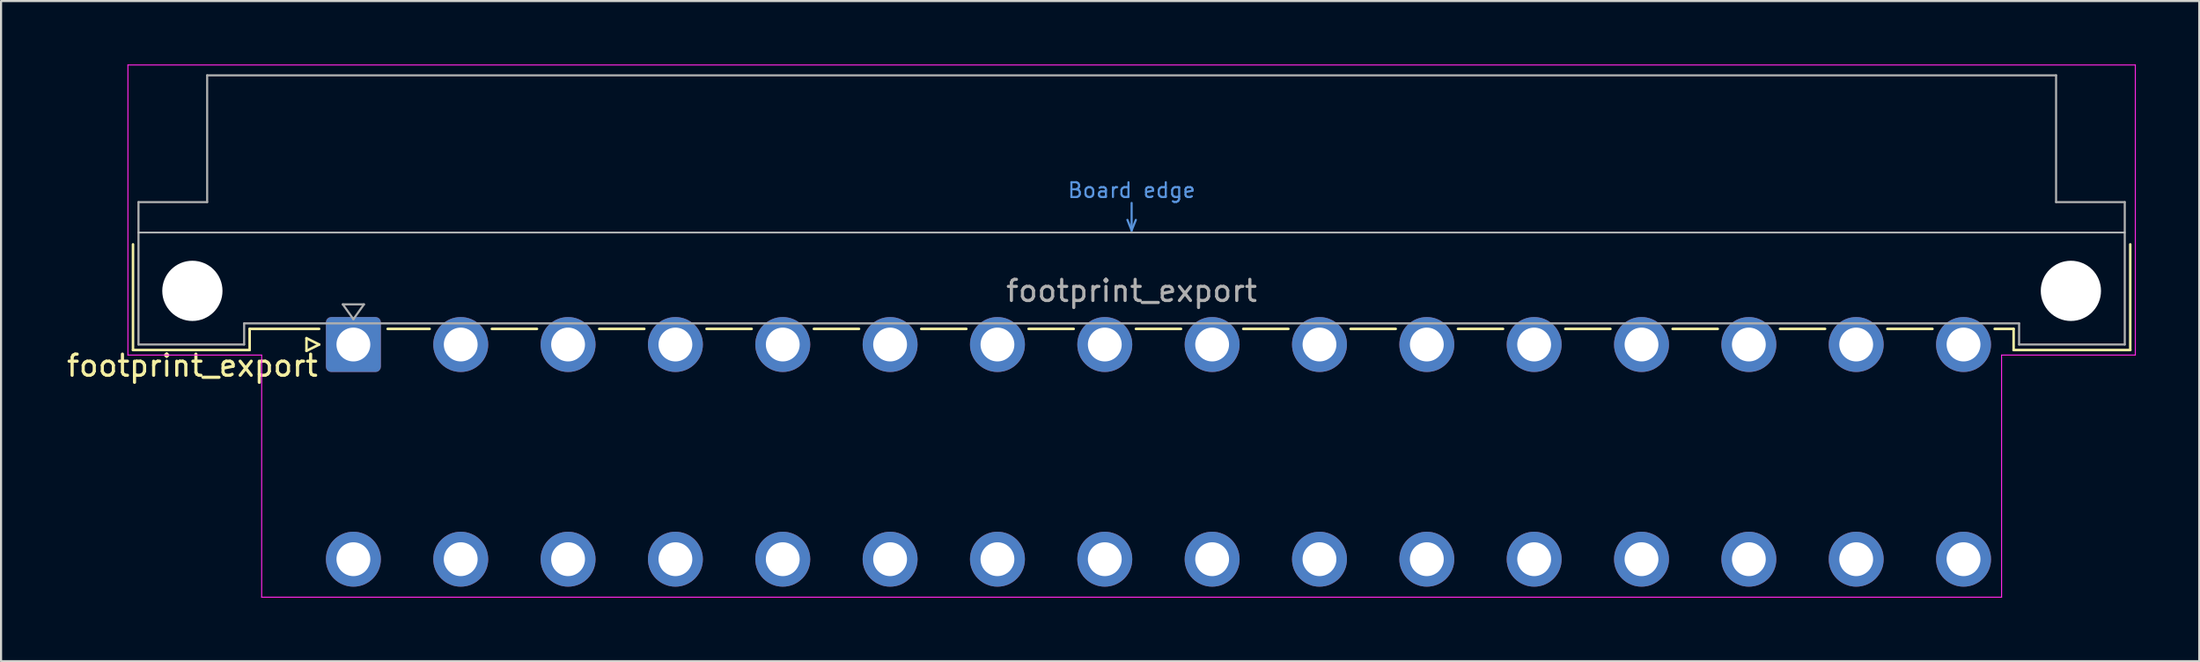
<source format=kicad_pcb>
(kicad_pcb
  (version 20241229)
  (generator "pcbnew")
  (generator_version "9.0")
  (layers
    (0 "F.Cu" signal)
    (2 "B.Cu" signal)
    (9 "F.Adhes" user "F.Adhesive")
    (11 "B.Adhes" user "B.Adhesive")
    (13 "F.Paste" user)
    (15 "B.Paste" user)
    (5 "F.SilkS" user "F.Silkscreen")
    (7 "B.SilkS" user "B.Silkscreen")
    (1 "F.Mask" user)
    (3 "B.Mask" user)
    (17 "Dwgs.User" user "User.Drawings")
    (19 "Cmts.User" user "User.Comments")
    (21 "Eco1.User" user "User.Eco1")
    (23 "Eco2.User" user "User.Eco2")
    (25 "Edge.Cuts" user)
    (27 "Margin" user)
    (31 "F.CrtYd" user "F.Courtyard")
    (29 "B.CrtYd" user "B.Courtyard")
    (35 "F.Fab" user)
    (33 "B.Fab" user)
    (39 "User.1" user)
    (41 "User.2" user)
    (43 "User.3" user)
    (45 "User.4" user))
  (footprint "footprint_export"
    (layer "F.Cu")
    (at 11.134 13.255)
    (property "Reference" "footprint_export" (at -5.08 1 0) (layer "F.SilkS") (effects (font (size 1 1) (thickness 0.15))))
    (attr through_hole)
    (fp_line (start -7.89 -4.74) (end -7.89 0.26) (stroke (width 0.12) (type solid)) (layer "F.SilkS"))
    (fp_line (start -7.89 0.26) (end -2.37 0.26) (stroke (width 0.12) (type solid)) (layer "F.SilkS"))
    (fp_line (start -2.371 -0.74) (end 0.92 -0.74) (stroke (width 0.12) (type solid)) (layer "F.SilkS"))
    (fp_line (start -2.37 0.26) (end -2.37 -0.74) (stroke (width 0.12) (type solid)) (layer "F.SilkS"))
    (fp_line (start 0.32 -0.3) (end 0.32 0.3) (stroke (width 0.12) (type solid)) (layer "F.SilkS"))
    (fp_line (start 0.32 0.3) (end 0.92 0) (stroke (width 0.12) (type solid)) (layer "F.SilkS"))
    (fp_line (start 0.92 0) (end 0.32 -0.3) (stroke (width 0.12) (type solid)) (layer "F.SilkS"))
    (fp_line (start 4.16 -0.74) (end 6.149 -0.74) (stroke (width 0.12) (type solid)) (layer "F.SilkS"))
    (fp_line (start 9.092 -0.74) (end 11.229 -0.74) (stroke (width 0.12) (type solid)) (layer "F.SilkS"))
    (fp_line (start 14.172 -0.74) (end 16.309 -0.74) (stroke (width 0.12) (type solid)) (layer "F.SilkS"))
    (fp_line (start 19.252 -0.74) (end 21.389 -0.74) (stroke (width 0.12) (type solid)) (layer "F.SilkS"))
    (fp_line (start 24.332 -0.74) (end 26.469 -0.74) (stroke (width 0.12) (type solid)) (layer "F.SilkS"))
    (fp_line (start 29.412 -0.74) (end 31.549 -0.74) (stroke (width 0.12) (type solid)) (layer "F.SilkS"))
    (fp_line (start 34.492 -0.74) (end 36.629 -0.74) (stroke (width 0.12) (type solid)) (layer "F.SilkS"))
    (fp_line (start 39.572 -0.74) (end 41.709 -0.74) (stroke (width 0.12) (type solid)) (layer "F.SilkS"))
    (fp_line (start 44.652 -0.74) (end 46.789 -0.74) (stroke (width 0.12) (type solid)) (layer "F.SilkS"))
    (fp_line (start 49.732 -0.74) (end 51.869 -0.74) (stroke (width 0.12) (type solid)) (layer "F.SilkS"))
    (fp_line (start 54.812 -0.74) (end 56.949 -0.74) (stroke (width 0.12) (type solid)) (layer "F.SilkS"))
    (fp_line (start 59.892 -0.74) (end 62.029 -0.74) (stroke (width 0.12) (type solid)) (layer "F.SilkS"))
    (fp_line (start 64.972 -0.74) (end 67.109 -0.74) (stroke (width 0.12) (type solid)) (layer "F.SilkS"))
    (fp_line (start 70.052 -0.74) (end 72.189 -0.74) (stroke (width 0.12) (type solid)) (layer "F.SilkS"))
    (fp_line (start 75.132 -0.74) (end 77.269 -0.74) (stroke (width 0.12) (type solid)) (layer "F.SilkS"))
    (fp_line (start 80.212 -0.74) (end 81.11 -0.74) (stroke (width 0.12) (type solid)) (layer "F.SilkS"))
    (fp_line (start 81.11 0.26) (end 81.11 -0.74) (stroke (width 0.12) (type solid)) (layer "F.SilkS"))
    (fp_line (start 86.63 -4.74) (end 86.63 0.26) (stroke (width 0.12) (type solid)) (layer "F.SilkS"))
    (fp_line (start 86.63 0.26) (end 81.11 0.26) (stroke (width 0.12) (type solid)) (layer "F.SilkS"))
    (fp_line (start -7.63 -5.3) (end 86.37 -5.3) (stroke (width 0.08) (type solid)) (layer "Dwgs.User"))
    (fp_line (start 39.17 -5.9) (end 39.37 -5.4) (stroke (width 0.1) (type solid)) (layer "Cmts.User"))
    (fp_line (start 39.37 -5.4) (end 39.37 -6.7) (stroke (width 0.1) (type solid)) (layer "Cmts.User"))
    (fp_line (start 39.37 -5.4) (end 39.57 -5.9) (stroke (width 0.1) (type solid)) (layer "Cmts.User"))
    (fp_line (start -8.13 -13.23) (end -8.13 0.5) (stroke (width 0.05) (type solid)) (layer "F.CrtYd"))
    (fp_line (start -8.13 0.5) (end -1.8 0.5) (stroke (width 0.05) (type solid)) (layer "F.CrtYd"))
    (fp_line (start -1.8 0.5) (end -1.8 11.96) (stroke (width 0.05) (type solid)) (layer "F.CrtYd"))
    (fp_line (start -1.8 11.96) (end 80.54 11.96) (stroke (width 0.05) (type solid)) (layer "F.CrtYd"))
    (fp_line (start 80.54 0.5) (end 86.87 0.5) (stroke (width 0.05) (type solid)) (layer "F.CrtYd"))
    (fp_line (start 80.54 11.96) (end 80.54 0.5) (stroke (width 0.05) (type solid)) (layer "F.CrtYd"))
    (fp_line (start 86.87 -13.23) (end -8.13 -13.23) (stroke (width 0.05) (type solid)) (layer "F.CrtYd"))
    (fp_line (start 86.87 0.5) (end 86.87 -13.23) (stroke (width 0.05) (type solid)) (layer "F.CrtYd"))
    (fp_line (start -7.63 -6.74) (end -7.63 0) (stroke (width 0.1) (type solid)) (layer "F.Fab"))
    (fp_line (start -7.63 0) (end -2.63 0) (stroke (width 0.1) (type solid)) (layer "F.Fab"))
    (fp_line (start -4.38 -12.74) (end -4.38 -6.74) (stroke (width 0.1) (type solid)) (layer "F.Fab"))
    (fp_line (start -4.38 -6.74) (end -7.63 -6.74) (stroke (width 0.1) (type solid)) (layer "F.Fab"))
    (fp_line (start -2.63 -1) (end 81.37 -1) (stroke (width 0.1) (type solid)) (layer "F.Fab"))
    (fp_line (start -2.63 0) (end -2.63 -1) (stroke (width 0.1) (type solid)) (layer "F.Fab"))
    (fp_line (start 2.04 -1.9) (end 3.04 -1.9) (stroke (width 0.1) (type solid)) (layer "F.Fab"))
    (fp_line (start 2.54 -1.2) (end 2.04 -1.9) (stroke (width 0.1) (type solid)) (layer "F.Fab"))
    (fp_line (start 3.04 -1.9) (end 2.54 -1.2) (stroke (width 0.1) (type solid)) (layer "F.Fab"))
    (fp_line (start 81.37 -1) (end 81.37 0) (stroke (width 0.1) (type solid)) (layer "F.Fab"))
    (fp_line (start 81.37 0) (end 86.37 0) (stroke (width 0.1) (type solid)) (layer "F.Fab"))
    (fp_line (start 83.12 -12.74) (end -4.38 -12.74) (stroke (width 0.1) (type solid)) (layer "F.Fab"))
    (fp_line (start 83.12 -6.74) (end 83.12 -12.74) (stroke (width 0.1) (type solid)) (layer "F.Fab"))
    (fp_line (start 86.37 -6.74) (end 83.12 -6.74) (stroke (width 0.1) (type solid)) (layer "F.Fab"))
    (fp_line (start 86.37 0) (end 86.37 -6.74) (stroke (width 0.1) (type solid)) (layer "F.Fab"))
    (fp_text user "Board edge" (at 39.37 -7.3 0) (layer "Cmts.User") (effects (font (size 0.7 0.7) (thickness 0.1))))
    (fp_text user "${REFERENCE}" (at 39.37 -2.54 0) (layer "F.Fab") (effects (font (size 1 1) (thickness 0.15))))
    (pad "" np_thru_hole circle (at -5.08 -2.54) (size 2.85 2.85) (drill 2.85) (layers "*.Cu" "*.Mask"))
    (pad "" np_thru_hole circle (at 83.82 -2.54) (size 2.85 2.85) (drill 2.85) (layers "*.Cu" "*.Mask"))
    (pad "a2" thru_hole roundrect (at 2.54 0) (size 2.6 2.6) (drill 1.6) (layers "*.Cu" "*.Mask") (roundrect_rratio 0.096))
    (pad "a4" thru_hole circle (at 7.62 0) (size 2.6 2.6) (drill 1.6) (layers "*.Cu" "*.Mask"))
    (pad "a6" thru_hole circle (at 12.7 0) (size 2.6 2.6) (drill 1.6) (layers "*.Cu" "*.Mask"))
    (pad "a8" thru_hole circle (at 17.78 0) (size 2.6 2.6) (drill 1.6) (layers "*.Cu" "*.Mask"))
    (pad "a10" thru_hole circle (at 22.86 0) (size 2.6 2.6) (drill 1.6) (layers "*.Cu" "*.Mask"))
    (pad "a12" thru_hole circle (at 27.94 0) (size 2.6 2.6) (drill 1.6) (layers "*.Cu" "*.Mask"))
    (pad "a14" thru_hole circle (at 33.02 0) (size 2.6 2.6) (drill 1.6) (layers "*.Cu" "*.Mask"))
    (pad "a16" thru_hole circle (at 38.1 0) (size 2.6 2.6) (drill 1.6) (layers "*.Cu" "*.Mask"))
    (pad "a18" thru_hole circle (at 43.18 0) (size 2.6 2.6) (drill 1.6) (layers "*.Cu" "*.Mask"))
    (pad "a20" thru_hole circle (at 48.26 0) (size 2.6 2.6) (drill 1.6) (layers "*.Cu" "*.Mask"))
    (pad "a22" thru_hole circle (at 53.34 0) (size 2.6 2.6) (drill 1.6) (layers "*.Cu" "*.Mask"))
    (pad "a24" thru_hole circle (at 58.42 0) (size 2.6 2.6) (drill 1.6) (layers "*.Cu" "*.Mask"))
    (pad "a26" thru_hole circle (at 63.5 0) (size 2.6 2.6) (drill 1.6) (layers "*.Cu" "*.Mask"))
    (pad "a28" thru_hole circle (at 68.58 0) (size 2.6 2.6) (drill 1.6) (layers "*.Cu" "*.Mask"))
    (pad "a30" thru_hole circle (at 73.66 0) (size 2.6 2.6) (drill 1.6) (layers "*.Cu" "*.Mask"))
    (pad "a32" thru_hole circle (at 78.74 0) (size 2.6 2.6) (drill 1.6) (layers "*.Cu" "*.Mask"))
    (pad "e2" thru_hole circle (at 2.54 10.16) (size 2.6 2.6) (drill 1.6) (layers "*.Cu" "*.Mask"))
    (pad "e4" thru_hole circle (at 7.62 10.16) (size 2.6 2.6) (drill 1.6) (layers "*.Cu" "*.Mask"))
    (pad "e6" thru_hole circle (at 12.7 10.16) (size 2.6 2.6) (drill 1.6) (layers "*.Cu" "*.Mask"))
    (pad "e8" thru_hole circle (at 17.78 10.16) (size 2.6 2.6) (drill 1.6) (layers "*.Cu" "*.Mask"))
    (pad "e10" thru_hole circle (at 22.86 10.16) (size 2.6 2.6) (drill 1.6) (layers "*.Cu" "*.Mask"))
    (pad "e12" thru_hole circle (at 27.94 10.16) (size 2.6 2.6) (drill 1.6) (layers "*.Cu" "*.Mask"))
    (pad "e14" thru_hole circle (at 33.02 10.16) (size 2.6 2.6) (drill 1.6) (layers "*.Cu" "*.Mask"))
    (pad "e16" thru_hole circle (at 38.1 10.16) (size 2.6 2.6) (drill 1.6) (layers "*.Cu" "*.Mask"))
    (pad "e18" thru_hole circle (at 43.18 10.16) (size 2.6 2.6) (drill 1.6) (layers "*.Cu" "*.Mask"))
    (pad "e20" thru_hole circle (at 48.26 10.16) (size 2.6 2.6) (drill 1.6) (layers "*.Cu" "*.Mask"))
    (pad "e22" thru_hole circle (at 53.34 10.16) (size 2.6 2.6) (drill 1.6) (layers "*.Cu" "*.Mask"))
    (pad "e24" thru_hole circle (at 58.42 10.16) (size 2.6 2.6) (drill 1.6) (layers "*.Cu" "*.Mask"))
    (pad "e26" thru_hole circle (at 63.5 10.16) (size 2.6 2.6) (drill 1.6) (layers "*.Cu" "*.Mask"))
    (pad "e28" thru_hole circle (at 68.58 10.16) (size 2.6 2.6) (drill 1.6) (layers "*.Cu" "*.Mask"))
    (pad "e30" thru_hole circle (at 73.66 10.16) (size 2.6 2.6) (drill 1.6) (layers "*.Cu" "*.Mask"))
    (pad "e32" thru_hole circle (at 78.74 10.16) (size 2.6 2.6) (drill 1.6) (layers "*.Cu" "*.Mask")))
  (gr_rect
    (start -3 -3)
    (end 101.029 28.24)
    (stroke (width 0.1) (type default))
    (fill no)
    (layer "Edge.Cuts")))
</source>
